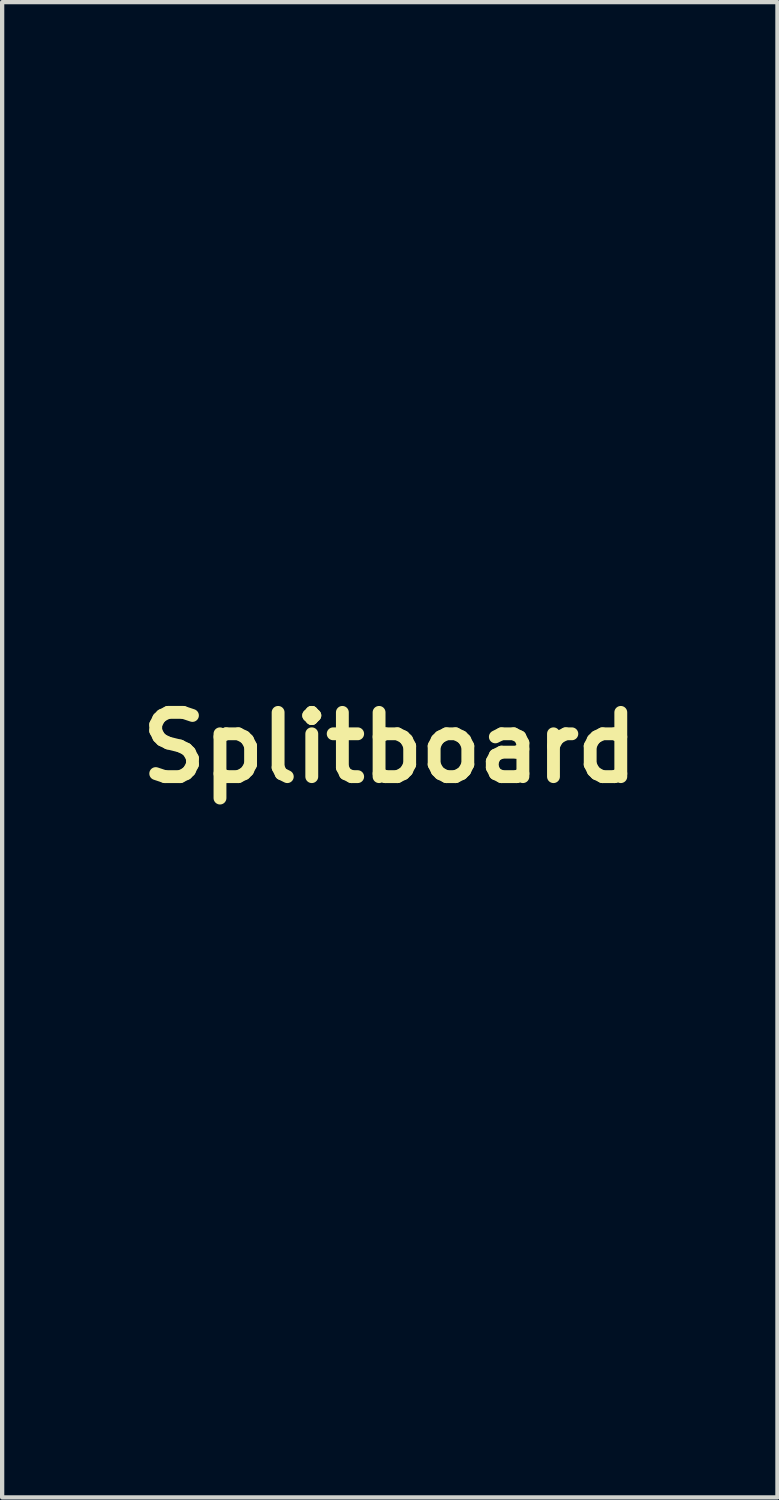
<source format=kicad_pcb>
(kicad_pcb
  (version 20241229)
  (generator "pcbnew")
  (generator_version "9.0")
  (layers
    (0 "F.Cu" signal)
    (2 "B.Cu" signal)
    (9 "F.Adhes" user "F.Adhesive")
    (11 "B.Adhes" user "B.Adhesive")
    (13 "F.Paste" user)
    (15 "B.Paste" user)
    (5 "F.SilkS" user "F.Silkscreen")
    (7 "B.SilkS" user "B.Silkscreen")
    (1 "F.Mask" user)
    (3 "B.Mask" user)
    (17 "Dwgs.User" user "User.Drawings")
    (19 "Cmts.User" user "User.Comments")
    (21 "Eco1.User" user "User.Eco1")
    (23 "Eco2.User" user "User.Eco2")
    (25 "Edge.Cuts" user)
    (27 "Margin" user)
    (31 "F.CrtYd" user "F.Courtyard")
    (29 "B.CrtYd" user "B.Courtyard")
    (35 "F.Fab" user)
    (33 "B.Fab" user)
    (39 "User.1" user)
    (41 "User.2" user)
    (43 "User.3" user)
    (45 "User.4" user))
  (footprint "Splitboard"
    (layer "F.Cu")
    (at 6.05 14.403)
    (property "Reference" "Splitboard" (at 0 0 0) (layer "F.SilkS") (effects (font (size 1.5 1.5) (thickness 0.3))))
    (attr board_only exclude_from_pos_files exclude_from_bom)
    (fp_poly (pts (xy -1.695 -7.124) (xy -1.693 -7.112) (xy -1.73 -7.065) (xy -1.742 -7.064) (xy -1.789 -7.1) (xy -1.79 -7.112) (xy -1.753 -7.159) (xy -1.742 -7.16)) (stroke (width 0) (type solid)) (fill yes) (layer "F.Mask"))
    (fp_poly (pts (xy -1.618 3.126) (xy -1.574 3.198) (xy -1.608 3.282) (xy -1.61 3.284) (xy -1.71 3.34) (xy -1.796 3.32) (xy -1.838 3.233) (xy -1.838 3.217) (xy -1.818 3.125) (xy -1.74 3.097) (xy -1.723 3.096)) (stroke (width 0) (type solid)) (fill yes) (layer "F.Mask"))
    (fp_poly (pts (xy 1.729 3.105) (xy 1.837 3.145) (xy 1.877 3.202) (xy 1.852 3.285) (xy 1.769 3.345) (xy 1.669 3.355) (xy 1.657 3.352) (xy 1.611 3.292) (xy 1.597 3.21) (xy 1.611 3.124) (xy 1.675 3.101)) (stroke (width 0) (type solid)) (fill yes) (layer "F.Mask"))
    (fp_poly (pts (xy -1.503 -9.506) (xy -1.385 -9.458) (xy -1.272 -9.391) (xy -1.215 -9.319) (xy -1.222 -9.261) (xy -1.294 -9.239) (xy -1.353 -9.234) (xy -1.327 -9.208) (xy -1.294 -9.189) (xy -1.226 -9.119) (xy -1.214 -9.044) (xy -1.262 -9.001) (xy -1.282 -8.999) (xy -1.346 -8.962) (xy -1.355 -8.93) (xy -1.387 -8.841) (xy -1.427 -8.788) (xy -1.459 -8.743) (xy -1.438 -8.705) (xy -1.348 -8.66) (xy -1.248 -8.621) (xy -1.071 -8.545) (xy -0.989 -8.482) (xy -1.001 -8.431) (xy -1.074 -8.401) (xy -1.204 -8.383) (xy -1.404 -8.377) (xy -1.646 -8.381) (xy -1.905 -8.395) (xy -2.153 -8.419) (xy -2.177 -8.422) (xy -2.435 -8.456) (xy -2.61 -8.484) (xy -2.716 -8.51) (xy -2.769 -8.537) (xy -2.78 -8.57) (xy -2.775 -8.589) (xy -2.71 -8.646) (xy -2.609 -8.656) (xy -2.521 -8.62) (xy -2.498 -8.588) (xy -2.468 -8.555) (xy -2.397 -8.534) (xy -2.269 -8.522) (xy -2.069 -8.517) (xy -1.925 -8.517) (xy -1.691 -8.519) (xy -1.543 -8.523) (xy -1.466 -8.532) (xy -1.45 -8.549) (xy -1.482 -8.575) (xy -1.512 -8.591) (xy -1.6 -8.666) (xy -1.642 -8.754) (xy -1.633 -8.826) (xy -1.572 -8.854) (xy -1.507 -8.875) (xy -1.521 -8.933) (xy -1.612 -9.013) (xy -1.626 -9.022) (xy -1.709 -9.094) (xy -1.706 -9.15) (xy -1.7 -9.157) (xy -1.675 -9.23) (xy -1.697 -9.27) (xy -1.718 -9.355) (xy -1.684 -9.43) (xy -1.636 -9.5) (xy -1.585 -9.524)) (stroke (width 0) (type solid)) (fill yes) (layer "F.Mask"))
    (fp_poly (pts (xy 1.73 2.235) (xy 1.869 2.248) (xy 1.94 2.279) (xy 1.972 2.346) (xy 1.984 2.415) (xy 2.019 2.546) (xy 2.066 2.601) (xy 2.108 2.577) (xy 2.129 2.469) (xy 2.129 2.452) (xy 2.153 2.306) (xy 2.22 2.24) (xy 2.32 2.257) (xy 2.445 2.353) (xy 2.539 2.466) (xy 2.586 2.535) (xy 2.619 2.603) (xy 2.641 2.688) (xy 2.653 2.809) (xy 2.659 2.984) (xy 2.661 3.231) (xy 2.661 3.348) (xy 2.661 4.064) (xy 2.517 4.064) (xy 2.361 4.022) (xy 2.209 3.919) (xy 2.11 3.841) (xy 2.016 3.797) (xy 1.892 3.778) (xy 1.708 3.774) (xy 1.526 3.777) (xy 1.408 3.794) (xy 1.325 3.835) (xy 1.244 3.908) (xy 1.234 3.919) (xy 1.104 4.016) (xy 0.964 4.065) (xy 0.845 4.057) (xy 0.806 4.032) (xy 0.795 3.974) (xy 0.785 3.838) (xy 0.778 3.643) (xy 0.774 3.407) (xy 0.774 3.35) (xy 0.919 3.35) (xy 0.922 3.524) (xy 0.935 3.623) (xy 0.964 3.667) (xy 1.013 3.677) (xy 1.106 3.699) (xy 1.137 3.726) (xy 1.197 3.741) (xy 1.272 3.702) (xy 1.408 3.652) (xy 1.635 3.63) (xy 1.718 3.629) (xy 1.95 3.639) (xy 2.107 3.674) (xy 2.175 3.71) (xy 2.268 3.759) (xy 2.31 3.736) (xy 2.311 3.734) (xy 2.369 3.69) (xy 2.447 3.677) (xy 2.511 3.671) (xy 2.546 3.638) (xy 2.561 3.555) (xy 2.564 3.402) (xy 2.564 3.368) (xy 2.561 3.199) (xy 2.547 3.103) (xy 2.513 3.054) (xy 2.449 3.03) (xy 2.443 3.028) (xy 2.354 2.98) (xy 2.324 2.915) (xy 2.36 2.865) (xy 2.416 2.854) (xy 2.515 2.83) (xy 2.538 2.755) (xy 2.486 2.625) (xy 2.439 2.549) (xy 2.305 2.346) (xy 2.261 2.516) (xy 2.21 2.67) (xy 2.15 2.74) (xy 2.063 2.74) (xy 2.009 2.719) (xy 1.922 2.692) (xy 1.887 2.707) (xy 1.848 2.765) (xy 1.76 2.788) (xy 1.664 2.772) (xy 1.617 2.736) (xy 1.555 2.682) (xy 1.477 2.705) (xy 1.462 2.714) (xy 1.337 2.751) (xy 1.239 2.698) (xy 1.178 2.564) (xy 1.177 2.557) (xy 1.146 2.403) (xy 1.033 2.535) (xy 0.946 2.645) (xy 0.928 2.712) (xy 0.977 2.76) (xy 1.023 2.783) (xy 1.103 2.838) (xy 1.126 2.879) (xy 1.087 2.934) (xy 1.023 2.975) (xy 0.967 3.012) (xy 0.935 3.076) (xy 0.922 3.19) (xy 0.919 3.35) (xy 0.774 3.35) (xy 0.774 3.34) (xy 0.775 3.073) (xy 0.78 2.883) (xy 0.791 2.75) (xy 0.813 2.653) (xy 0.847 2.573) (xy 0.898 2.489) (xy 0.905 2.478) (xy 0.994 2.356) (xy 1.073 2.271) (xy 1.102 2.251) (xy 1.216 2.251) (xy 1.309 2.325) (xy 1.354 2.448) (xy 1.355 2.469) (xy 1.368 2.57) (xy 1.4 2.613) (xy 1.4 2.613) (xy 1.447 2.572) (xy 1.486 2.483) (xy 1.491 2.437) (xy 1.597 2.437) (xy 1.612 2.518) (xy 1.678 2.534) (xy 1.718 2.528) (xy 1.817 2.476) (xy 1.838 2.413) (xy 1.807 2.341) (xy 1.718 2.322) (xy 1.625 2.343) (xy 1.597 2.421) (xy 1.597 2.437) (xy 1.491 2.437) (xy 1.496 2.392) (xy 1.496 2.388) (xy 1.493 2.291) (xy 1.54 2.243) (xy 1.657 2.232)) (stroke (width 0) (type solid)) (fill yes) (layer "F.Mask"))
    (fp_poly (pts (xy -1.6 2.195) (xy -1.494 2.265) (xy -1.445 2.405) (xy -1.442 2.431) (xy -1.413 2.546) (xy -1.367 2.602) (xy -1.325 2.593) (xy -1.306 2.51) (xy -1.307 2.485) (xy -1.312 2.335) (xy -1.293 2.257) (xy -1.24 2.228) (xy -1.19 2.226) (xy -1.08 2.263) (xy -0.958 2.383) (xy -0.923 2.429) (xy -0.774 2.632) (xy -0.774 3.32) (xy -0.775 3.592) (xy -0.779 3.783) (xy -0.788 3.907) (xy -0.804 3.981) (xy -0.83 4.02) (xy -0.866 4.038) (xy -0.868 4.039) (xy -0.981 4.036) (xy -1.118 3.987) (xy -1.237 3.911) (xy -1.29 3.844) (xy -1.33 3.807) (xy -1.425 3.785) (xy -1.593 3.775) (xy -1.709 3.774) (xy -1.908 3.776) (xy -2.036 3.789) (xy -2.117 3.816) (xy -2.177 3.865) (xy -2.2 3.891) (xy -2.305 3.977) (xy -2.435 4.033) (xy -2.556 4.05) (xy -2.635 4.018) (xy -2.639 4.012) (xy -2.652 3.944) (xy -2.661 3.799) (xy -2.666 3.597) (xy -2.666 3.358) (xy -2.665 3.298) (xy -2.665 3.291) (xy -2.516 3.291) (xy -2.513 3.468) (xy -2.499 3.575) (xy -2.466 3.636) (xy -2.404 3.679) (xy -2.383 3.69) (xy -2.277 3.731) (xy -2.204 3.716) (xy -2.173 3.693) (xy -2.071 3.654) (xy -1.883 3.633) (xy -1.718 3.629) (xy -1.485 3.637) (xy -1.334 3.662) (xy -1.259 3.7) (xy -1.185 3.745) (xy -1.091 3.736) (xy -1.025 3.714) (xy -0.937 3.674) (xy -0.891 3.623) (xy -0.874 3.529) (xy -0.872 3.388) (xy -0.879 3.2) (xy -0.906 3.085) (xy -0.962 3.018) (xy -1.028 2.986) (xy -1.101 2.921) (xy -1.101 2.838) (xy -1.029 2.776) (xy -1.016 2.772) (xy -0.939 2.736) (xy -0.929 2.673) (xy -0.987 2.567) (xy -1.025 2.514) (xy -1.119 2.404) (xy -1.177 2.382) (xy -1.205 2.449) (xy -1.21 2.545) (xy -1.215 2.659) (xy -1.249 2.704) (xy -1.341 2.704) (xy -1.391 2.698) (xy -1.546 2.701) (xy -1.626 2.749) (xy -1.705 2.798) (xy -1.785 2.772) (xy -1.834 2.685) (xy -1.838 2.643) (xy -1.809 2.538) (xy -1.738 2.493) (xy -1.653 2.527) (xy -1.651 2.529) (xy -1.611 2.545) (xy -1.597 2.477) (xy -1.597 2.453) (xy -1.61 2.36) (xy -1.672 2.326) (xy -1.742 2.322) (xy -1.84 2.333) (xy -1.877 2.358) (xy -1.877 2.359) (xy -1.879 2.427) (xy -1.898 2.544) (xy -1.9 2.555) (xy -1.933 2.664) (xy -1.991 2.703) (xy -2.092 2.7) (xy -2.203 2.677) (xy -2.251 2.614) (xy -2.265 2.528) (xy -2.284 2.421) (xy -2.311 2.371) (xy -2.313 2.371) (xy -2.351 2.406) (xy -2.41 2.488) (xy -2.468 2.583) (xy -2.504 2.658) (xy -2.505 2.68) (xy -2.373 2.754) (xy -2.308 2.834) (xy -2.315 2.902) (xy -2.402 2.942) (xy -2.407 2.943) (xy -2.464 2.958) (xy -2.497 3) (xy -2.512 3.091) (xy -2.516 3.251) (xy -2.516 3.291) (xy -2.665 3.291) (xy -2.66 3.032) (xy -2.652 2.842) (xy -2.638 2.709) (xy -2.614 2.613) (xy -2.577 2.532) (xy -2.525 2.448) (xy -2.523 2.446) (xy -2.412 2.31) (xy -2.308 2.253) (xy -2.272 2.25) (xy -2.192 2.263) (xy -2.154 2.322) (xy -2.138 2.434) (xy -2.111 2.561) (xy -2.069 2.598) (xy -2.024 2.551) (xy -1.988 2.421) (xy -1.984 2.391) (xy -1.961 2.268) (xy -1.914 2.211) (xy -1.812 2.189) (xy -1.775 2.186)) (stroke (width 0) (type solid)) (fill yes) (layer "F.Mask"))
    (fp_poly (pts (xy -1.368 -7.979) (xy -1.261 -7.964) (xy -1.215 -7.934) (xy -1.21 -7.91) (xy -1.248 -7.846) (xy -1.283 -7.838) (xy -1.329 -7.822) (xy -1.307 -7.76) (xy -1.3 -7.749) (xy -1.208 -7.681) (xy -1.13 -7.682) (xy -1.039 -7.681) (xy -1.02 -7.643) (xy -1.07 -7.594) (xy -1.146 -7.565) (xy -1.234 -7.54) (xy -1.234 -7.519) (xy -1.17 -7.493) (xy -1.081 -7.434) (xy -1.077 -7.368) (xy -1.161 -7.32) (xy -1.23 -7.275) (xy -1.229 -7.184) (xy -1.236 -7.073) (xy -1.29 -7.02) (xy -1.313 -6.994) (xy -1.265 -6.984) (xy -1.136 -6.988) (xy -1.003 -6.998) (xy -0.815 -7.011) (xy -0.705 -7.012) (xy -0.657 -6.997) (xy -0.652 -6.964) (xy -0.657 -6.949) (xy -0.676 -6.923) (xy -0.719 -6.904) (xy -0.798 -6.889) (xy -0.924 -6.88) (xy -1.11 -6.874) (xy -1.368 -6.871) (xy -1.708 -6.87) (xy -1.751 -6.87) (xy -2.127 -6.869) (xy -2.411 -6.864) (xy -2.612 -6.854) (xy -2.733 -6.836) (xy -2.783 -6.807) (xy -2.765 -6.766) (xy -2.688 -6.711) (xy -2.556 -6.639) (xy -2.487 -6.604) (xy -2.26 -6.493) (xy -2.066 -6.409) (xy -1.858 -6.332) (xy -1.654 -6.265) (xy -1.498 -6.206) (xy -1.424 -6.152) (xy -1.414 -6.103) (xy -1.447 -6.054) (xy -1.534 -6.032) (xy -1.664 -6.032) (xy -1.8 -6.035) (xy -1.853 -6.026) (xy -1.836 -5.998) (xy -1.789 -5.964) (xy -1.693 -5.91) (xy -1.537 -5.834) (xy -1.352 -5.753) (xy -1.312 -5.736) (xy -1.095 -5.638) (xy -0.973 -5.561) (xy -0.945 -5.503) (xy -1.01 -5.463) (xy -1.17 -5.44) (xy -1.306 -5.434) (xy -1.538 -5.439) (xy -1.78 -5.461) (xy -1.959 -5.492) (xy -2.209 -5.552) (xy -2.378 -5.598) (xy -2.482 -5.637) (xy -2.537 -5.673) (xy -2.553 -5.699) (xy -2.555 -5.736) (xy -2.518 -5.752) (xy -2.43 -5.745) (xy -2.277 -5.713) (xy -2.056 -5.661) (xy -1.836 -5.614) (xy -1.617 -5.581) (xy -1.442 -5.568) (xy -1.427 -5.568) (xy -1.185 -5.571) (xy -1.379 -5.639) (xy -1.585 -5.724) (xy -1.773 -5.824) (xy -1.925 -5.926) (xy -2.026 -6.018) (xy -2.057 -6.09) (xy -2.052 -6.103) (xy -1.989 -6.134) (xy -1.896 -6.146) (xy -1.818 -6.15) (xy -1.813 -6.167) (xy -1.888 -6.208) (xy -1.935 -6.231) (xy -2.102 -6.305) (xy -2.278 -6.374) (xy -2.291 -6.379) (xy -2.433 -6.441) (xy -2.597 -6.532) (xy -2.755 -6.632) (xy -2.878 -6.724) (xy -2.932 -6.781) (xy -2.926 -6.85) (xy -2.883 -6.911) (xy -2.836 -6.944) (xy -2.761 -6.965) (xy -2.643 -6.978) (xy -2.464 -6.982) (xy -2.207 -6.98) (xy -2.164 -6.979) (xy -1.916 -6.978) (xy -1.73 -6.983) (xy -1.617 -6.993) (xy -1.588 -7.008) (xy -1.591 -7.011) (xy -1.637 -7.068) (xy -1.605 -7.114) (xy -1.512 -7.131) (xy -1.465 -7.127) (xy -1.377 -7.117) (xy -1.376 -7.133) (xy -1.423 -7.164) (xy -1.506 -7.193) (xy -1.663 -7.227) (xy -1.869 -7.262) (xy -2.074 -7.291) (xy -2.367 -7.331) (xy -2.57 -7.372) (xy -2.692 -7.415) (xy -2.739 -7.464) (xy -2.73 -7.505) (xy -2.652 -7.541) (xy -2.485 -7.54) (xy -2.231 -7.501) (xy -1.989 -7.449) (xy -1.704 -7.391) (xy -1.502 -7.37) (xy -1.373 -7.386) (xy -1.328 -7.412) (xy -1.352 -7.438) (xy -1.446 -7.469) (xy -1.586 -7.501) (xy -1.746 -7.529) (xy -1.9 -7.546) (xy -1.974 -7.55) (xy -2.134 -7.56) (xy -2.308 -7.583) (xy -2.465 -7.615) (xy -2.574 -7.648) (xy -2.599 -7.663) (xy -2.599 -7.718) (xy -2.577 -7.747) (xy -2.515 -7.77) (xy -2.39 -7.765) (xy -2.189 -7.732) (xy -2.14 -7.722) (xy -1.914 -7.677) (xy -1.771 -7.655) (xy -1.699 -7.658) (xy -1.687 -7.689) (xy -1.723 -7.752) (xy -1.769 -7.814) (xy -1.898 -7.983) (xy -1.554 -7.983)) (stroke (width 0) (type solid)) (fill yes) (layer "F.Mask"))
    (fp_poly (pts (xy 2.125 5.681) (xy 2.332 5.714) (xy 2.483 5.767) (xy 2.529 5.8) (xy 2.552 5.871) (xy 2.567 6.017) (xy 2.574 6.214) (xy 2.574 6.44) (xy 2.567 6.673) (xy 2.554 6.89) (xy 2.536 7.07) (xy 2.512 7.189) (xy 2.5 7.215) (xy 2.462 7.258) (xy 2.398 7.284) (xy 2.289 7.297) (xy 2.114 7.301) (xy 1.984 7.3) (xy 1.773 7.295) (xy 1.59 7.287) (xy 1.464 7.276) (xy 1.43 7.27) (xy 1.246 7.191) (xy 1.067 7.062) (xy 0.93 6.911) (xy 0.887 6.834) (xy 0.843 6.717) (xy 0.843 6.705) (xy 0.975 6.705) (xy 0.992 6.777) (xy 1.053 6.871) (xy 1.144 6.968) (xy 1.248 7.047) (xy 1.301 7.073) (xy 1.434 7.11) (xy 1.632 7.147) (xy 1.864 7.177) (xy 2.1 7.198) (xy 2.188 7.202) (xy 2.311 7.197) (xy 2.373 7.157) (xy 2.403 7.076) (xy 2.418 6.973) (xy 2.43 6.8) (xy 2.438 6.584) (xy 2.441 6.41) (xy 2.443 5.878) (xy 2.042 5.837) (xy 1.829 5.822) (xy 1.629 5.82) (xy 1.481 5.83) (xy 1.462 5.834) (xy 1.388 5.852) (xy 1.375 5.867) (xy 1.434 5.881) (xy 1.573 5.898) (xy 1.716 5.911) (xy 1.969 5.942) (xy 2.137 5.983) (xy 2.232 6.041) (xy 2.266 6.123) (xy 2.255 6.213) (xy 2.237 6.27) (xy 2.206 6.307) (xy 2.142 6.327) (xy 2.026 6.336) (xy 1.839 6.338) (xy 1.75 6.338) (xy 1.49 6.332) (xy 1.311 6.311) (xy 1.195 6.27) (xy 1.128 6.205) (xy 1.102 6.145) (xy 1.1 6.142) (xy 1.231 6.142) (xy 1.243 6.162) (xy 1.313 6.191) (xy 1.353 6.139) (xy 1.353 6.139) (xy 1.645 6.139) (xy 1.656 6.2) (xy 1.706 6.23) (xy 1.818 6.241) (xy 1.887 6.241) (xy 2.039 6.233) (xy 2.113 6.206) (xy 2.129 6.169) (xy 2.086 6.11) (xy 1.996 6.095) (xy 1.851 6.084) (xy 1.754 6.066) (xy 1.671 6.06) (xy 1.645 6.12) (xy 1.645 6.139) (xy 1.353 6.139) (xy 1.355 6.12) (xy 1.33 6.056) (xy 1.309 6.048) (xy 1.246 6.08) (xy 1.231 6.142) (xy 1.1 6.142) (xy 1.076 6.11) (xy 1.034 6.159) (xy 1.022 6.181) (xy 0.989 6.261) (xy 1.02 6.287) (xy 1.061 6.29) (xy 1.161 6.331) (xy 1.223 6.426) (xy 1.223 6.519) (xy 1.237 6.549) (xy 1.314 6.568) (xy 1.465 6.578) (xy 1.655 6.58) (xy 1.902 6.585) (xy 2.067 6.605) (xy 2.166 6.645) (xy 2.214 6.711) (xy 2.226 6.801) (xy 2.208 6.905) (xy 2.145 6.971) (xy 2.025 7.003) (xy 1.832 7.007) (xy 1.663 6.997) (xy 1.402 6.971) (xy 1.224 6.935) (xy 1.117 6.885) (xy 1.07 6.816) (xy 1.064 6.772) (xy 1.058 6.749) (xy 1.21 6.749) (xy 1.248 6.813) (xy 1.282 6.822) (xy 1.302 6.81) (xy 1.609 6.81) (xy 1.627 6.846) (xy 1.721 6.866) (xy 1.863 6.87) (xy 2.027 6.863) (xy 2.107 6.841) (xy 2.117 6.81) (xy 2.056 6.77) (xy 1.918 6.75) (xy 1.863 6.749) (xy 1.705 6.761) (xy 1.618 6.795) (xy 1.609 6.81) (xy 1.302 6.81) (xy 1.346 6.783) (xy 1.355 6.749) (xy 1.316 6.685) (xy 1.282 6.677) (xy 1.218 6.715) (xy 1.21 6.749) (xy 1.058 6.749) (xy 1.044 6.694) (xy 1.016 6.677) (xy 0.975 6.705) (xy 0.843 6.705) (xy 0.843 6.651) (xy 0.889 6.603) (xy 0.9 6.595) (xy 0.999 6.543) (xy 1.053 6.531) (xy 1.105 6.509) (xy 1.092 6.46) (xy 1.031 6.412) (xy 0.976 6.395) (xy 0.891 6.348) (xy 0.87 6.254) (xy 0.903 6.13) (xy 0.983 5.996) (xy 1.101 5.869) (xy 1.249 5.767) (xy 1.265 5.759) (xy 1.432 5.707) (xy 1.649 5.676) (xy 1.888 5.668)) (stroke (width 0) (type solid)) (fill yes) (layer "F.Mask"))
    (fp_poly (pts (xy 2.284 -4.907) (xy 2.362 -4.891) (xy 2.433 -4.817) (xy 2.493 -4.673) (xy 2.545 -4.45) (xy 2.591 -4.142) (xy 2.611 -3.967) (xy 2.632 -3.718) (xy 2.627 -3.546) (xy 2.58 -3.435) (xy 2.479 -3.367) (xy 2.308 -3.324) (xy 2.082 -3.292) (xy 1.84 -3.264) (xy 1.668 -3.25) (xy 1.542 -3.251) (xy 1.435 -3.266) (xy 1.329 -3.293) (xy 1.182 -3.367) (xy 1.043 -3.486) (xy 0.942 -3.62) (xy 0.911 -3.701) (xy 0.938 -3.799) (xy 1.004 -3.845) (xy 1.094 -3.911) (xy 1.103 -3.975) (xy 1.031 -4.013) (xy 0.992 -4.016) (xy 0.901 -4.049) (xy 0.866 -4.137) (xy 0.879 -4.248) (xy 0.991 -4.248) (xy 1.013 -4.184) (xy 1.112 -4.128) (xy 1.229 -4.053) (xy 1.258 -3.976) (xy 1.285 -3.902) (xy 1.343 -3.896) (xy 1.669 -3.955) (xy 1.913 -3.988) (xy 2.085 -3.997) (xy 2.195 -3.982) (xy 2.247 -3.953) (xy 2.316 -3.83) (xy 2.297 -3.705) (xy 2.259 -3.656) (xy 2.185 -3.622) (xy 2.041 -3.586) (xy 1.852 -3.553) (xy 1.764 -3.542) (xy 1.545 -3.519) (xy 1.398 -3.513) (xy 1.3 -3.525) (xy 1.229 -3.556) (xy 1.222 -3.561) (xy 1.14 -3.639) (xy 1.125 -3.674) (xy 1.258 -3.674) (xy 1.295 -3.63) (xy 1.306 -3.629) (xy 1.349 -3.668) (xy 1.355 -3.704) (xy 1.336 -3.743) (xy 1.645 -3.743) (xy 1.687 -3.698) (xy 1.794 -3.678) (xy 1.937 -3.685) (xy 2.088 -3.72) (xy 2.114 -3.729) (xy 2.2 -3.77) (xy 2.202 -3.804) (xy 2.177 -3.821) (xy 2.082 -3.844) (xy 1.948 -3.844) (xy 1.809 -3.824) (xy 1.697 -3.791) (xy 1.646 -3.748) (xy 1.645 -3.743) (xy 1.336 -3.743) (xy 1.331 -3.754) (xy 1.306 -3.75) (xy 1.26 -3.688) (xy 1.258 -3.674) (xy 1.125 -3.674) (xy 1.113 -3.705) (xy 1.087 -3.753) (xy 1.056 -3.744) (xy 1.05 -3.693) (xy 1.13 -3.596) (xy 1.189 -3.542) (xy 1.379 -3.376) (xy 1.838 -3.405) (xy 2.053 -3.421) (xy 2.241 -3.439) (xy 2.375 -3.458) (xy 2.412 -3.465) (xy 2.469 -3.486) (xy 2.501 -3.524) (xy 2.511 -3.6) (xy 2.505 -3.737) (xy 2.495 -3.865) (xy 2.468 -4.11) (xy 2.432 -4.345) (xy 2.391 -4.547) (xy 2.35 -4.694) (xy 2.32 -4.757) (xy 2.258 -4.77) (xy 2.127 -4.77) (xy 1.95 -4.757) (xy 1.755 -4.735) (xy 1.566 -4.708) (xy 1.409 -4.677) (xy 1.309 -4.646) (xy 1.304 -4.643) (xy 1.232 -4.596) (xy 1.217 -4.573) (xy 1.27 -4.57) (xy 1.395 -4.577) (xy 1.572 -4.592) (xy 1.667 -4.601) (xy 1.919 -4.619) (xy 2.088 -4.611) (xy 2.185 -4.571) (xy 2.22 -4.495) (xy 2.207 -4.386) (xy 2.177 -4.321) (xy 2.113 -4.273) (xy 2.002 -4.24) (xy 1.828 -4.218) (xy 1.578 -4.202) (xy 1.454 -4.197) (xy 1.283 -4.193) (xy 1.182 -4.205) (xy 1.123 -4.239) (xy 1.081 -4.303) (xy 1.08 -4.306) (xy 1.036 -4.374) (xy 1.017 -4.372) (xy 1.017 -4.37) (xy 0.999 -4.274) (xy 0.991 -4.248) (xy 0.879 -4.248) (xy 0.88 -4.262) (xy 0.924 -4.378) (xy 1.21 -4.378) (xy 1.248 -4.314) (xy 1.282 -4.306) (xy 1.346 -4.345) (xy 1.355 -4.378) (xy 1.333 -4.414) (xy 1.645 -4.414) (xy 1.661 -4.362) (xy 1.723 -4.342) (xy 1.856 -4.346) (xy 1.863 -4.347) (xy 2.017 -4.373) (xy 2.079 -4.421) (xy 2.08 -4.432) (xy 2.045 -4.478) (xy 1.933 -4.498) (xy 1.863 -4.499) (xy 1.724 -4.492) (xy 1.659 -4.464) (xy 1.645 -4.414) (xy 1.333 -4.414) (xy 1.316 -4.443) (xy 1.282 -4.451) (xy 1.218 -4.412) (xy 1.21 -4.378) (xy 0.924 -4.378) (xy 0.934 -4.404) (xy 1.021 -4.547) (xy 1.134 -4.672) (xy 1.264 -4.761) (xy 1.315 -4.781) (xy 1.496 -4.826) (xy 1.709 -4.864) (xy 1.929 -4.892) (xy 2.129 -4.907)) (stroke (width 0) (type solid)) (fill yes) (layer "F.Mask"))
    (fp_poly (pts (xy -1.996 5.668) (xy -1.82 5.68) (xy -1.508 5.711) (xy -1.273 5.752) (xy -1.098 5.811) (xy -0.963 5.894) (xy -0.866 5.988) (xy -0.763 6.141) (xy -0.739 6.267) (xy -0.795 6.355) (xy -0.867 6.386) (xy -0.977 6.433) (xy -0.993 6.494) (xy -0.915 6.555) (xy -0.873 6.572) (xy -0.771 6.622) (xy -0.726 6.674) (xy -0.726 6.676) (xy -0.763 6.805) (xy -0.862 6.958) (xy -1.002 7.104) (xy -1.073 7.161) (xy -1.17 7.227) (xy -1.256 7.269) (xy -1.359 7.293) (xy -1.502 7.303) (xy -1.713 7.305) (xy -1.762 7.306) (xy -2.018 7.301) (xy -2.195 7.285) (xy -2.31 7.257) (xy -2.36 7.23) (xy -2.403 7.194) (xy -2.433 7.147) (xy -2.452 7.072) (xy -2.462 6.951) (xy -2.467 6.767) (xy -2.467 6.504) (xy -2.467 6.359) (xy -2.314 6.359) (xy -2.312 6.538) (xy -2.298 7.136) (xy -2.08 7.168) (xy -1.876 7.186) (xy -1.655 7.186) (xy -1.449 7.171) (xy -1.289 7.143) (xy -1.226 7.118) (xy -1.205 7.094) (xy -1.251 7.077) (xy -1.374 7.068) (xy -1.583 7.065) (xy -1.583 7.065) (xy -1.795 7.063) (xy -1.932 7.054) (xy -2.015 7.034) (xy -2.068 6.997) (xy -2.11 6.941) (xy -2.161 6.849) (xy -2.156 6.811) (xy -2.023 6.811) (xy -2.02 6.862) (xy -2 6.886) (xy -1.936 6.905) (xy -1.811 6.917) (xy -1.734 6.918) (xy -1.584 6.91) (xy -1.513 6.882) (xy -1.508 6.867) (xy -1.223 6.867) (xy -1.222 6.95) (xy -1.179 6.962) (xy -1.134 6.914) (xy -1.133 6.838) (xy -1.149 6.814) (xy -1.196 6.809) (xy -1.223 6.867) (xy -1.508 6.867) (xy -1.5 6.846) (xy -1.524 6.802) (xy -1.608 6.78) (xy -1.766 6.773) (xy -1.939 6.782) (xy -2.023 6.811) (xy -2.156 6.811) (xy -2.153 6.786) (xy -2.103 6.724) (xy -2.047 6.677) (xy -1.968 6.648) (xy -1.842 6.633) (xy -1.648 6.628) (xy -1.587 6.628) (xy -1.376 6.631) (xy -1.238 6.641) (xy -1.147 6.665) (xy -1.079 6.709) (xy -1.038 6.747) (xy -0.96 6.821) (xy -0.92 6.849) (xy -0.919 6.848) (xy -0.904 6.793) (xy -0.891 6.757) (xy -0.902 6.694) (xy -0.976 6.668) (xy -1.068 6.624) (xy -1.104 6.519) (xy -1.119 6.386) (xy -1.57 6.386) (xy -1.819 6.38) (xy -1.985 6.357) (xy -2.081 6.312) (xy -2.122 6.238) (xy -2.121 6.162) (xy -1.985 6.162) (xy -1.969 6.199) (xy -1.861 6.234) (xy -1.79 6.246) (xy -1.65 6.265) (xy -1.552 6.279) (xy -1.533 6.282) (xy -1.529 6.278) (xy -1.228 6.278) (xy -1.183 6.281) (xy -1.116 6.242) (xy -1.107 6.218) (xy -1.134 6.162) (xy -1.191 6.169) (xy -1.228 6.218) (xy -1.228 6.278) (xy -1.529 6.278) (xy -1.507 6.25) (xy -1.509 6.205) (xy -1.542 6.151) (xy -1.628 6.126) (xy -1.754 6.12) (xy -1.913 6.132) (xy -1.985 6.162) (xy -2.121 6.162) (xy -2.12 6.135) (xy -2.108 6.085) (xy -2.077 6.052) (xy -2.01 6.032) (xy -1.887 6.02) (xy -1.692 6.012) (xy -1.604 6.01) (xy -1.339 6.007) (xy -1.158 6.02) (xy -1.044 6.052) (xy -0.985 6.108) (xy -0.968 6.191) (xy -0.968 6.199) (xy -0.946 6.274) (xy -0.919 6.29) (xy -0.873 6.262) (xy -0.887 6.193) (xy -0.947 6.102) (xy -1.037 6.007) (xy -1.142 5.928) (xy -1.234 5.888) (xy -1.324 5.873) (xy -1.483 5.855) (xy -1.682 5.838) (xy -1.77 5.831) (xy -1.991 5.819) (xy -2.135 5.821) (xy -2.221 5.838) (xy -2.267 5.87) (xy -2.295 5.95) (xy -2.31 6.111) (xy -2.314 6.359) (xy -2.467 6.359) (xy -2.466 6.239) (xy -2.461 6.053) (xy -2.45 5.928) (xy -2.43 5.846) (xy -2.398 5.789) (xy -2.364 5.751) (xy -2.308 5.702) (xy -2.243 5.674) (xy -2.147 5.664)) (stroke (width 0) (type solid)) (fill yes) (layer "F.Mask"))
    (fp_poly (pts (xy -1.342 -4.539) (xy -1.253 -4.529) (xy -1.078 -4.462) (xy -0.914 -4.344) (xy -0.792 -4.202) (xy -0.748 -4.102) (xy -0.738 -4.003) (xy -0.791 -3.955) (xy -0.842 -3.94) (xy -0.944 -3.889) (xy -0.959 -3.826) (xy -0.89 -3.776) (xy -0.835 -3.765) (xy -0.746 -3.744) (xy -0.713 -3.688) (xy -0.715 -3.58) (xy -0.776 -3.35) (xy -0.921 -3.168) (xy -1.147 -3.035) (xy -1.454 -2.953) (xy -1.476 -2.95) (xy -1.675 -2.919) (xy -1.862 -2.891) (xy -1.984 -2.872) (xy -2.125 -2.868) (xy -2.221 -2.921) (xy -2.237 -2.937) (xy -2.293 -3.047) (xy -2.346 -3.244) (xy -2.395 -3.518) (xy -2.437 -3.859) (xy -2.452 -4.017) (xy -2.462 -4.199) (xy -2.46 -4.229) (xy -2.361 -4.229) (xy -2.352 -4.164) (xy -2.335 -4.062) (xy -2.31 -3.893) (xy -2.283 -3.685) (xy -2.27 -3.58) (xy -2.234 -3.324) (xy -2.196 -3.153) (xy -2.151 -3.054) (xy -2.095 -3.015) (xy -2.037 -3.019) (xy -1.953 -3.033) (xy -1.803 -3.051) (xy -1.617 -3.07) (xy -1.589 -3.072) (xy -1.398 -3.096) (xy -1.236 -3.131) (xy -1.136 -3.169) (xy -1.129 -3.174) (xy -1.094 -3.208) (xy -1.109 -3.226) (xy -1.189 -3.229) (xy -1.348 -3.219) (xy -1.403 -3.215) (xy -1.585 -3.199) (xy -1.73 -3.184) (xy -1.81 -3.173) (xy -1.814 -3.172) (xy -1.919 -3.177) (xy -2.021 -3.232) (xy -2.078 -3.311) (xy -2.08 -3.329) (xy -2.073 -3.362) (xy -1.935 -3.362) (xy -1.894 -3.316) (xy -1.792 -3.293) (xy -1.663 -3.298) (xy -1.548 -3.33) (xy -1.476 -3.396) (xy -1.47 -3.408) (xy -1.21 -3.408) (xy -1.186 -3.346) (xy -1.111 -3.359) (xy -1.065 -3.385) (xy -1.02 -3.439) (xy -1.048 -3.487) (xy -1.128 -3.517) (xy -1.193 -3.472) (xy -1.21 -3.408) (xy -1.47 -3.408) (xy -1.461 -3.429) (xy -1.475 -3.472) (xy -1.555 -3.474) (xy -1.6 -3.466) (xy -1.739 -3.444) (xy -1.845 -3.435) (xy -1.92 -3.403) (xy -1.935 -3.362) (xy -2.073 -3.362) (xy -2.059 -3.432) (xy -1.986 -3.505) (xy -1.85 -3.553) (xy -1.638 -3.581) (xy -1.428 -3.591) (xy -1.209 -3.596) (xy -1.069 -3.595) (xy -0.987 -3.582) (xy -0.944 -3.554) (xy -0.922 -3.508) (xy -0.915 -3.483) (xy -0.888 -3.411) (xy -0.875 -3.411) (xy -0.859 -3.493) (xy -0.84 -3.568) (xy -0.834 -3.648) (xy -0.89 -3.675) (xy -0.937 -3.677) (xy -1.042 -3.704) (xy -1.094 -3.8) (xy -1.128 -3.885) (xy -1.195 -3.905) (xy -1.268 -3.893) (xy -1.512 -3.847) (xy -1.736 -3.819) (xy -1.917 -3.811) (xy -2.032 -3.824) (xy -2.044 -3.83) (xy -2.111 -3.912) (xy -2.119 -3.978) (xy -2.011 -3.978) (xy -2.006 -3.965) (xy -1.947 -3.945) (xy -1.829 -3.942) (xy -1.687 -3.953) (xy -1.558 -3.975) (xy -1.488 -4) (xy -1.455 -4.061) (xy -1.452 -4.088) (xy -1.21 -4.088) (xy -1.183 -4.024) (xy -1.161 -4.016) (xy -1.118 -4.055) (xy -1.113 -4.088) (xy -1.139 -4.153) (xy -1.161 -4.161) (xy -1.204 -4.122) (xy -1.21 -4.088) (xy -1.452 -4.088) (xy -1.451 -4.093) (xy -1.472 -4.138) (xy -1.548 -4.145) (xy -1.633 -4.132) (xy -1.845 -4.083) (xy -1.973 -4.031) (xy -2.011 -3.978) (xy -2.119 -3.978) (xy -2.125 -4.03) (xy -2.081 -4.137) (xy -2.063 -4.155) (xy -1.988 -4.185) (xy -1.845 -4.219) (xy -1.761 -4.234) (xy -0.988 -4.234) (xy -0.988 -4.186) (xy -0.982 -4.164) (xy -0.944 -4.088) (xy -0.897 -4.062) (xy -0.871 -4.099) (xy -0.871 -4.106) (xy -0.904 -4.17) (xy -0.94 -4.206) (xy -0.988 -4.234) (xy -1.761 -4.234) (xy -1.66 -4.253) (xy -1.463 -4.281) (xy -1.281 -4.3) (xy -1.188 -4.304) (xy -1.125 -4.317) (xy -1.149 -4.361) (xy -1.154 -4.366) (xy -1.24 -4.4) (xy -1.397 -4.416) (xy -1.602 -4.414) (xy -1.83 -4.395) (xy -2.057 -4.36) (xy -2.111 -4.349) (xy -2.262 -4.311) (xy -2.338 -4.277) (xy -2.361 -4.229) (xy -2.46 -4.229) (xy -2.453 -4.311) (xy -2.421 -4.378) (xy -2.399 -4.399) (xy -2.311 -4.436) (xy -2.153 -4.471) (xy -1.951 -4.502) (xy -1.731 -4.526) (xy -1.519 -4.539)) (stroke (width 0) (type solid)) (fill yes) (layer "F.Mask"))
    (fp_poly (pts (xy -0.535 -14.339) (xy -0.507 -14.316) (xy -0.491 -14.286) (xy -0.478 -14.226) (xy -0.467 -14.128) (xy -0.458 -13.985) (xy -0.451 -13.788) (xy -0.445 -13.531) (xy -0.441 -13.206) (xy -0.438 -12.806) (xy -0.436 -12.322) (xy -0.435 -11.878) (xy -0.434 -11.407) (xy -0.434 -10.965) (xy -0.433 -10.562) (xy -0.433 -10.208) (xy -0.433 -9.911) (xy -0.433 -9.681) (xy -0.433 -9.527) (xy -0.434 -9.46) (xy -0.434 -9.458) (xy -0.434 -9.406) (xy -0.435 -9.261) (xy -0.435 -9.029) (xy -0.435 -8.715) (xy -0.435 -8.322) (xy -0.435 -7.856) (xy -0.435 -7.321) (xy -0.436 -6.723) (xy -0.436 -6.065) (xy -0.436 -5.353) (xy -0.436 -4.59) (xy -0.436 -3.783) (xy -0.436 -2.935) (xy -0.436 -2.051) (xy -0.436 -1.137) (xy -0.435 -0.195) (xy -0.435 -0.052) (xy -0.435 1.13) (xy -0.434 2.241) (xy -0.433 3.279) (xy -0.431 4.242) (xy -0.429 5.128) (xy -0.426 5.936) (xy -0.423 6.664) (xy -0.42 7.308) (xy -0.416 7.869) (xy -0.412 8.343) (xy -0.407 8.73) (xy -0.402 9.026) (xy -0.397 9.23) (xy -0.391 9.341) (xy -0.387 9.361) (xy -0.372 9.439) (xy -0.393 9.47) (xy -0.407 9.522) (xy -0.418 9.653) (xy -0.426 9.864) (xy -0.433 10.159) (xy -0.437 10.541) (xy -0.439 11.012) (xy -0.439 11.575) (xy -0.438 11.92) (xy -0.437 12.547) (xy -0.438 13.08) (xy -0.442 13.52) (xy -0.447 13.87) (xy -0.455 14.133) (xy -0.466 14.31) (xy -0.479 14.404) (xy -0.483 14.416) (xy -0.54 14.479) (xy -0.635 14.505) (xy -0.781 14.494) (xy -0.996 14.446) (xy -1.113 14.414) (xy -1.394 14.309) (xy -0.818 14.309) (xy -0.768 14.317) (xy -0.768 14.317) (xy -0.677 14.285) (xy -0.623 14.236) (xy -0.581 14.179) (xy -0.604 14.187) (xy -0.629 14.205) (xy -0.732 14.268) (xy -0.774 14.286) (xy -0.818 14.309) (xy -1.394 14.309) (xy -1.611 14.227) (xy -2.047 13.966) (xy -2.42 13.632) (xy -2.73 13.224) (xy -2.976 12.744) (xy -3.065 12.506) (xy -3.169 12.102) (xy -3.237 11.609) (xy -3.27 11.026) (xy -3.269 10.751) (xy -3.13 10.751) (xy -3.127 10.976) (xy -3.119 11.176) (xy -3.056 11.812) (xy -2.934 12.373) (xy -2.751 12.862) (xy -2.507 13.282) (xy -2.201 13.635) (xy -2.067 13.753) (xy -1.934 13.849) (xy -1.757 13.957) (xy -1.562 14.066) (xy -1.37 14.163) (xy -1.207 14.235) (xy -1.095 14.271) (xy -1.078 14.272) (xy -1.034 14.226) (xy -1.016 14.089) (xy -1.016 14.058) (xy -1.004 13.946) (xy -0.871 13.946) (xy -0.828 13.99) (xy -0.726 14.006) (xy -0.622 13.993) (xy -0.584 13.938) (xy -0.581 13.888) (xy -0.59 13.809) (xy -0.626 13.815) (xy -0.639 13.827) (xy -0.736 13.878) (xy -0.784 13.885) (xy -0.857 13.913) (xy -0.871 13.946) (xy -1.004 13.946) (xy -0.999 13.9) (xy -0.957 13.787) (xy -0.945 13.773) (xy -0.898 13.713) (xy -0.927 13.681) (xy -0.945 13.674) (xy -0.998 13.609) (xy -1.016 13.499) (xy -0.997 13.389) (xy -0.943 13.322) (xy -0.942 13.322) (xy -0.851 13.329) (xy -0.781 13.371) (xy -0.728 13.416) (xy -0.686 13.441) (xy -0.653 13.437) (xy -0.628 13.396) (xy -0.609 13.311) (xy -0.596 13.172) (xy -0.588 12.972) (xy -0.583 12.702) (xy -0.581 12.353) (xy -0.581 11.919) (xy -0.581 11.797) (xy -0.581 10.143) (xy -0.702 10.257) (xy -0.788 10.323) (xy -0.85 10.331) (xy -0.892 10.271) (xy -0.918 10.136) (xy -0.93 9.942) (xy -0.726 9.942) (xy -0.702 9.966) (xy -0.677 9.942) (xy -0.702 9.918) (xy -0.726 9.942) (xy -0.93 9.942) (xy -0.932 9.918) (xy -0.936 9.742) (xy -0.939 9.507) (xy -0.726 9.507) (xy -0.714 9.619) (xy -0.684 9.675) (xy -0.677 9.676) (xy -0.632 9.638) (xy -0.628 9.616) (xy -0.616 9.522) (xy -0.598 9.446) (xy -0.594 9.361) (xy -0.647 9.338) (xy -0.704 9.368) (xy -0.725 9.47) (xy -0.726 9.507) (xy -0.939 9.507) (xy -0.943 9.217) (xy -0.762 9.202) (xy -0.581 9.187) (xy -0.584 4.363) (xy -0.585 3.522) (xy -0.586 2.774) (xy -0.588 2.115) (xy -0.591 1.543) (xy -0.594 1.054) (xy -0.598 0.643) (xy -0.603 0.309) (xy -0.609 0.047) (xy -0.615 -0.146) (xy -0.623 -0.275) (xy -0.631 -0.341) (xy -0.641 -0.349) (xy -0.641 -0.349) (xy -0.711 -0.259) (xy -0.831 -0.15) (xy -0.916 -0.087) (xy -1.023 -0.019) (xy -1.116 0.025) (xy -1.223 0.049) (xy -1.369 0.06) (xy -1.581 0.063) (xy -1.621 0.063) (xy -1.848 0.061) (xy -2.004 0.051) (xy -2.115 0.029) (xy -2.206 -0.011) (xy -2.293 -0.065) (xy -2.424 -0.143) (xy -2.536 -0.188) (xy -2.541 -0.189) (xy -2.2 -0.189) (xy -2.18 -0.164) (xy -2.136 -0.133) (xy -2.002 -0.082) (xy -1.81 -0.052) (xy -1.591 -0.044) (xy -1.376 -0.056) (xy -1.193 -0.089) (xy -1.076 -0.142) (xy -0.998 -0.218) (xy -0.968 -0.268) (xy -0.997 -0.271) (xy -1.039 -0.243) (xy -1.113 -0.215) (xy -1.258 -0.2) (xy -1.484 -0.196) (xy -1.687 -0.2) (xy -1.929 -0.207) (xy -2.087 -0.209) (xy -2.173 -0.203) (xy -2.2 -0.189) (xy -2.541 -0.189) (xy -2.568 -0.194) (xy -2.658 -0.217) (xy -2.685 -0.242) (xy -2.738 -0.288) (xy -2.748 -0.29) (xy -2.755 -0.243) (xy -2.76 -0.109) (xy -2.764 0.104) (xy -2.767 0.386) (xy -2.769 0.729) (xy -2.77 1.122) (xy -2.769 1.558) (xy -2.767 2.026) (xy -2.766 2.141) (xy -2.765 3.233) (xy -2.776 4.293) (xy -2.798 5.309) (xy -2.831 6.271) (xy -2.874 7.168) (xy -2.928 7.989) (xy -2.981 8.612) (xy -3.03 9.13) (xy -3.068 9.565) (xy -3.096 9.931) (xy -3.116 10.242) (xy -3.127 10.511) (xy -3.13 10.751) (xy -3.269 10.751) (xy -3.267 10.353) (xy -3.23 9.59) (xy -3.157 8.738) (xy -3.12 8.394) (xy -3.082 8.009) (xy -3.05 7.569) (xy -3.022 7.068) (xy -3 6.501) (xy -2.981 5.863) (xy -2.968 5.149) (xy -2.958 4.354) (xy -2.953 3.471) (xy -2.951 2.645) (xy -2.953 1.653) (xy -2.96 0.652) (xy -2.97 -0.342) (xy -2.973 -0.541) (xy -2.545 -0.541) (xy -2.545 -0.414) (xy -2.539 -0.356) (xy -2.53 -0.375) (xy -2.476 -0.466) (xy -2.416 -0.484) (xy -2.346 -0.509) (xy -2.33 -0.57) (xy -2.208 -0.57) (xy -2.18 -0.468) (xy -2.155 -0.411) (xy -2.121 -0.373) (xy -2.057 -0.352) (xy -1.946 -0.342) (xy -1.769 -0.339) (xy -1.621 -0.339) (xy -1.394 -0.34) (xy -1.244 -0.345) (xy -1.154 -0.359) (xy -1.105 -0.386) (xy -1.076 -0.43) (xy -1.063 -0.463) (xy -1.028 -0.569) (xy -1.016 -0.627) (xy -1.06 -0.683) (xy -1.178 -0.726) (xy -1.348 -0.755) (xy -1.547 -0.77) (xy -1.753 -0.77) (xy -1.944 -0.755) (xy -2.097 -0.724) (xy -2.192 -0.677) (xy -2.207 -0.655) (xy -2.208 -0.57) (xy -2.33 -0.57) (xy -2.323 -0.601) (xy -2.322 -0.624) (xy -2.295 -0.745) (xy -2.243 -0.794) (xy -2.183 -0.83) (xy -2.203 -0.854) (xy -2.288 -0.858) (xy -2.378 -0.846) (xy -2.47 -0.824) (xy -2.518 -0.786) (xy -2.539 -0.706) (xy -2.545 -0.557) (xy -2.545 -0.541) (xy -2.973 -0.541) (xy -2.984 -1.318) (xy -3.002 -2.262) (xy -3.023 -3.16) (xy -3.047 -3.999) (xy -3.073 -4.766) (xy -3.098 -5.346) (xy -3.116 -5.747) (xy -3.137 -6.2) (xy -3.159 -6.666) (xy -3.179 -7.105) (xy -3.194 -7.426) (xy -3.212 -7.788) (xy -3.233 -8.169) (xy -3.255 -8.542) (xy -3.276 -8.875) (xy -3.294 -9.12) (xy -3.334 -9.804) (xy -3.342 -10.408) (xy -3.34 -10.449) (xy -3.181 -10.449) (xy -3.178 -10.035) (xy -3.165 -9.561) (xy -3.14 -9.039) (xy -3.104 -8.48) (xy -3.096 -8.37) (xy -3.063 -7.896) (xy -3.033 -7.425) (xy -3.007 -6.945) (xy -2.983 -6.439) (xy -2.961 -5.893) (xy -2.941 -5.291) (xy -2.921 -4.62) (xy -2.905 -4.016) (xy -2.889 -3.38) (xy -2.874 -2.834) (xy -2.861 -2.371) (xy -2.849 -1.985) (xy -2.838 -1.67) (xy -2.826 -1.418) (xy -2.815 -1.222) (xy -2.802 -1.077) (xy -2.789 -0.976) (xy -2.775 -0.911) (xy -2.758 -0.877) (xy -2.739 -0.866) (xy -2.718 -0.872) (xy -2.717 -0.873) (xy -2.674 -0.89) (xy -2.079 -0.89) (xy -2.016 -0.879) (xy -1.972 -0.876) (xy -1.843 -0.885) (xy -1.793 -0.925) (xy -1.79 -0.943) (xy -1.791 -0.945) (xy -1.451 -0.945) (xy -1.419 -0.892) (xy -1.31 -0.87) (xy -1.27 -0.869) (xy -1.083 -0.839) (xy -0.962 -0.759) (xy -0.919 -0.636) (xy -0.891 -0.552) (xy -0.847 -0.532) (xy -0.782 -0.557) (xy -0.774 -0.578) (xy -0.818 -0.736) (xy -0.939 -0.849) (xy -1.083 -0.897) (xy -1.231 -0.929) (xy -1.348 -0.966) (xy -1.367 -0.975) (xy -1.435 -0.992) (xy -1.451 -0.945) (xy -1.791 -0.945) (xy -1.817 -1.01) (xy -1.885 -0.996) (xy -1.913 -0.972) (xy -1.997 -0.925) (xy -2.056 -0.905) (xy -2.079 -0.89) (xy -2.674 -0.89) (xy -2.63 -0.907) (xy -2.482 -0.953) (xy -2.322 -0.994) (xy -2.052 -1.06) (xy -1.851 -1.108) (xy -1.696 -1.135) (xy -1.564 -1.142) (xy -1.432 -1.128) (xy -1.276 -1.092) (xy -1.075 -1.033) (xy -0.804 -0.951) (xy -0.786 -0.946) (xy -0.581 -0.884) (xy -0.581 -4.843) (xy -0.581 -5.56) (xy -0.581 -6.186) (xy -0.582 -6.727) (xy -0.584 -7.189) (xy -0.586 -7.579) (xy -0.589 -7.901) (xy -0.593 -8.161) (xy -0.598 -8.367) (xy -0.605 -8.523) (xy -0.612 -8.636) (xy -0.621 -8.712) (xy -0.631 -8.756) (xy -0.643 -8.774) (xy -0.653 -8.774) (xy -0.717 -8.714) (xy -0.726 -8.679) (xy -0.766 -8.624) (xy -0.818 -8.612) (xy -0.865 -8.623) (xy -0.896 -8.669) (xy -0.919 -8.769) (xy -0.937 -8.94) (xy -0.943 -9.011) (xy -0.945 -9.031) (xy -0.71 -9.031) (xy -0.703 -9.002) (xy -0.677 -8.999) (xy -0.638 -9.017) (xy -0.645 -9.031) (xy -0.702 -9.037) (xy -0.71 -9.031) (xy -0.945 -9.031) (xy -0.957 -9.222) (xy -0.963 -9.418) (xy -0.962 -9.483) (xy -0.726 -9.483) (xy -0.709 -9.371) (xy -0.671 -9.342) (xy -0.627 -9.399) (xy -0.613 -9.443) (xy -0.605 -9.565) (xy -0.655 -9.625) (xy -0.68 -9.628) (xy -0.712 -9.586) (xy -0.726 -9.484) (xy -0.726 -9.483) (xy -0.962 -9.483) (xy -0.961 -9.562) (xy -0.96 -9.579) (xy -0.94 -9.692) (xy -0.89 -9.743) (xy -0.777 -9.762) (xy -0.762 -9.764) (xy -0.581 -9.779) (xy -0.581 -11.832) (xy -0.581 -13.885) (xy -0.702 -13.885) (xy -0.794 -13.905) (xy -0.822 -13.984) (xy -0.822 -14.006) (xy -0.844 -14.098) (xy -0.886 -14.127) (xy -0.955 -14.107) (xy -1.087 -14.053) (xy -1.26 -13.976) (xy -1.353 -13.932) (xy -1.79 -13.667) (xy -2.174 -13.325) (xy -2.502 -12.911) (xy -2.771 -12.429) (xy -2.977 -11.885) (xy -3.117 -11.284) (xy -3.152 -11.049) (xy -3.172 -10.791) (xy -3.181 -10.449) (xy -3.34 -10.449) (xy -3.317 -10.941) (xy -3.258 -11.414) (xy -3.165 -11.838) (xy -3.11 -12.023) (xy -2.879 -12.585) (xy -2.583 -13.078) (xy -2.223 -13.5) (xy -1.799 -13.849) (xy -1.314 -14.124) (xy -1.242 -14.151) (xy -0.629 -14.151) (xy -0.605 -14.127) (xy -0.581 -14.151) (xy -0.605 -14.176) (xy -0.629 -14.151) (xy -1.242 -14.151) (xy -0.856 -14.298) (xy -0.694 -14.344) (xy -0.596 -14.357)) (stroke (width 0) (type solid)) (fill yes) (layer "F.Mask"))
    (fp_poly (pts (xy 0.76 -14.399) (xy 0.811 -14.388) (xy 0.816 -14.387) (xy 0.928 -14.349) (xy 0.989 -14.315) (xy 1.075 -14.277) (xy 1.118 -14.272) (xy 1.214 -14.247) (xy 1.368 -14.179) (xy 1.559 -14.081) (xy 1.766 -13.962) (xy 1.966 -13.837) (xy 2.106 -13.739) (xy 2.453 -13.426) (xy 2.757 -13.033) (xy 3.014 -12.571) (xy 3.219 -12.05) (xy 3.366 -11.48) (xy 3.414 -11.19) (xy 3.442 -10.968) (xy 3.461 -10.749) (xy 3.471 -10.518) (xy 3.472 -10.261) (xy 3.464 -9.963) (xy 3.446 -9.609) (xy 3.419 -9.186) (xy 3.39 -8.781) (xy 3.352 -8.225) (xy 3.315 -7.583) (xy 3.28 -6.867) (xy 3.245 -6.088) (xy 3.212 -5.257) (xy 3.181 -4.387) (xy 3.153 -3.487) (xy 3.127 -2.57) (xy 3.105 -1.646) (xy 3.085 -0.727) (xy 3.07 0.176) (xy 3.058 1.051) (xy 3.051 1.887) (xy 3.048 2.673) (xy 3.048 2.69) (xy 3.05 3.314) (xy 3.056 3.95) (xy 3.065 4.585) (xy 3.078 5.206) (xy 3.093 5.802) (xy 3.111 6.361) (xy 3.131 6.869) (xy 3.152 7.314) (xy 3.175 7.685) (xy 3.193 7.91) (xy 3.214 8.138) (xy 3.242 8.429) (xy 3.272 8.751) (xy 3.302 9.071) (xy 3.311 9.168) (xy 3.343 9.571) (xy 3.365 10) (xy 3.378 10.436) (xy 3.382 10.857) (xy 3.377 11.244) (xy 3.361 11.575) (xy 3.336 11.829) (xy 3.222 12.368) (xy 3.039 12.846) (xy 2.781 13.277) (xy 2.444 13.673) (xy 2.086 13.987) (xy 1.708 14.214) (xy 1.292 14.365) (xy 1.146 14.4) (xy 0.975 14.437) (xy 0.844 14.468) (xy 0.778 14.488) (xy 0.777 14.489) (xy 0.716 14.483) (xy 0.664 14.46) (xy 0.643 14.441) (xy 0.625 14.407) (xy 0.611 14.348) (xy 0.6 14.254) (xy 0.593 14.116) (xy 0.587 13.925) (xy 0.584 13.672) (xy 0.582 13.348) (xy 0.581 12.942) (xy 0.581 12.593) (xy 0.58 12.12) (xy 0.579 11.735) (xy 0.576 11.427) (xy 0.572 11.189) (xy 0.565 11.009) (xy 0.556 10.879) (xy 0.544 10.79) (xy 0.544 10.789) (xy 0.702 10.789) (xy 0.715 12.446) (xy 0.719 12.836) (xy 0.726 13.189) (xy 0.733 13.494) (xy 0.742 13.741) (xy 0.751 13.92) (xy 0.761 14.021) (xy 0.769 14.038) (xy 0.843 13.989) (xy 0.931 14.004) (xy 0.988 14.07) (xy 0.992 14.098) (xy 0.961 14.194) (xy 0.89 14.254) (xy 0.811 14.257) (xy 0.773 14.224) (xy 0.736 14.18) (xy 0.727 14.226) (xy 0.726 14.236) (xy 0.736 14.291) (xy 0.778 14.314) (xy 0.873 14.309) (xy 1.039 14.276) (xy 1.064 14.271) (xy 1.422 14.159) (xy 1.784 13.984) (xy 2.121 13.766) (xy 2.405 13.52) (xy 2.521 13.39) (xy 2.762 13.032) (xy 2.956 12.626) (xy 3.101 12.192) (xy 3.139 12.054) (xy 3.167 11.928) (xy 3.187 11.797) (xy 3.201 11.646) (xy 3.209 11.457) (xy 3.213 11.216) (xy 3.214 10.905) (xy 3.214 10.644) (xy 3.21 10.297) (xy 3.203 9.959) (xy 3.191 9.65) (xy 3.177 9.391) (xy 3.161 9.2) (xy 3.154 9.144) (xy 3.107 8.779) (xy 3.063 8.326) (xy 3.023 7.791) (xy 2.987 7.182) (xy 2.956 6.508) (xy 2.93 5.776) (xy 2.909 4.994) (xy 2.894 4.17) (xy 2.885 3.311) (xy 2.881 2.425) (xy 2.881 2.388) (xy 2.881 1.741) (xy 2.879 1.189) (xy 2.875 0.73) (xy 2.87 0.36) (xy 2.864 0.077) (xy 2.855 -0.12) (xy 2.845 -0.235) (xy 2.834 -0.268) (xy 2.832 -0.267) (xy 2.751 -0.212) (xy 2.637 -0.171) (xy 2.495 -0.118) (xy 2.352 -0.036) (xy 2.346 -0.032) (xy 2.265 0.018) (xy 2.174 0.049) (xy 2.048 0.065) (xy 1.862 0.069) (xy 1.737 0.068) (xy 1.517 0.064) (xy 1.366 0.052) (xy 1.256 0.027) (xy 1.159 -0.019) (xy 1.047 -0.092) (xy 1.045 -0.094) (xy 0.931 -0.183) (xy 1.167 -0.183) (xy 1.178 -0.154) (xy 1.192 -0.138) (xy 1.283 -0.093) (xy 1.442 -0.063) (xy 1.64 -0.048) (xy 1.851 -0.049) (xy 2.046 -0.067) (xy 2.197 -0.101) (xy 2.25 -0.126) (xy 2.336 -0.197) (xy 2.371 -0.253) (xy 2.342 -0.27) (xy 2.3 -0.244) (xy 2.221 -0.215) (xy 2.063 -0.2) (xy 1.82 -0.198) (xy 1.675 -0.201) (xy 1.438 -0.207) (xy 1.283 -0.208) (xy 1.198 -0.2) (xy 1.167 -0.183) (xy 0.931 -0.183) (xy 0.91 -0.199) (xy 0.809 -0.302) (xy 0.774 -0.355) (xy 0.766 -0.328) (xy 0.759 -0.205) (xy 0.752 0.01) (xy 0.746 0.316) (xy 0.741 0.711) (xy 0.736 1.192) (xy 0.732 1.757) (xy 0.729 2.405) (xy 0.726 3.134) (xy 0.724 3.941) (xy 0.723 4.825) (xy 0.722 5.782) (xy 0.722 6.812) (xy 0.723 7.913) (xy 0.724 9.081) (xy 0.726 9.744) (xy 0.755 9.749) (xy 0.824 9.699) (xy 0.914 9.645) (xy 0.965 9.656) (xy 0.98 9.716) (xy 0.995 9.848) (xy 1.009 10.028) (xy 1.02 10.231) (xy 1.026 10.433) (xy 1.027 10.609) (xy 1.022 10.728) (xy 0.974 10.771) (xy 0.863 10.789) (xy 0.859 10.789) (xy 0.702 10.789) (xy 0.544 10.789) (xy 0.528 10.731) (xy 0.509 10.694) (xy 0.501 10.684) (xy 0.447 10.61) (xy 0.45 10.599) (xy 0.657 10.599) (xy 0.676 10.638) (xy 0.728 10.644) (xy 0.798 10.62) (xy 0.822 10.532) (xy 0.822 10.499) (xy 0.81 10.397) (xy 0.779 10.354) (xy 0.779 10.354) (xy 0.734 10.394) (xy 0.687 10.493) (xy 0.685 10.499) (xy 0.657 10.599) (xy 0.45 10.599) (xy 0.464 10.55) (xy 0.501 10.507) (xy 0.51 10.491) (xy 0.519 10.464) (xy 0.527 10.42) (xy 0.534 10.357) (xy 0.541 10.27) (xy 0.547 10.154) (xy 0.549 10.093) (xy 0.677 10.093) (xy 0.717 10.11) (xy 0.75 10.112) (xy 0.814 10.086) (xy 0.822 10.065) (xy 0.787 10.038) (xy 0.75 10.046) (xy 0.686 10.08) (xy 0.677 10.093) (xy 0.549 10.093) (xy 0.552 10.007) (xy 0.557 9.824) (xy 0.561 9.601) (xy 0.565 9.334) (xy 0.568 9.018) (xy 0.571 8.651) (xy 0.573 8.228) (xy 0.575 7.744) (xy 0.577 7.197) (xy 0.578 6.581) (xy 0.579 5.893) (xy 0.58 5.13) (xy 0.58 4.285) (xy 0.58 3.357) (xy 0.581 2.341) (xy 0.581 1.232) (xy 0.581 1.078) (xy 0.581 -0.049) (xy 0.58 -0.58) (xy 0.923 -0.58) (xy 0.954 -0.511) (xy 0.985 -0.5) (xy 1.031 -0.536) (xy 1.03 -0.556) (xy 1.166 -0.556) (xy 1.211 -0.432) (xy 1.244 -0.39) (xy 1.299 -0.362) (xy 1.397 -0.347) (xy 1.555 -0.34) (xy 1.762 -0.339) (xy 1.995 -0.341) (xy 2.148 -0.35) (xy 2.239 -0.368) (xy 2.283 -0.398) (xy 2.293 -0.415) (xy 2.325 -0.558) (xy 2.29 -0.661) (xy 2.181 -0.728) (xy 1.991 -0.764) (xy 1.742 -0.774) (xy 1.47 -0.762) (xy 1.286 -0.724) (xy 1.187 -0.657) (xy 1.166 -0.556) (xy 1.03 -0.556) (xy 1.029 -0.584) (xy 1.045 -0.694) (xy 1.134 -0.79) (xy 1.275 -0.854) (xy 1.299 -0.857) (xy 2.332 -0.857) (xy 2.357 -0.816) (xy 2.383 -0.787) (xy 2.448 -0.686) (xy 2.467 -0.615) (xy 2.506 -0.531) (xy 2.564 -0.484) (xy 2.644 -0.409) (xy 2.667 -0.349) (xy 2.673 -0.291) (xy 2.688 -0.327) (xy 2.694 -0.349) (xy 2.69 -0.46) (xy 2.668 -0.517) (xy 2.649 -0.641) (xy 2.669 -0.692) (xy 2.7 -0.758) (xy 2.689 -0.796) (xy 2.619 -0.82) (xy 2.492 -0.845) (xy 2.372 -0.864) (xy 2.332 -0.857) (xy 1.299 -0.857) (xy 1.403 -0.871) (xy 1.535 -0.882) (xy 1.591 -0.919) (xy 1.597 -0.949) (xy 1.596 -0.949) (xy 1.887 -0.949) (xy 1.887 -0.943) (xy 1.916 -0.895) (xy 2.015 -0.874) (xy 2.092 -0.873) (xy 2.298 -0.875) (xy 2.105 -0.945) (xy 1.973 -0.992) (xy 1.909 -1.009) (xy 1.888 -0.994) (xy 1.887 -0.949) (xy 1.596 -0.949) (xy 1.572 -1.002) (xy 1.512 -0.991) (xy 1.411 -0.957) (xy 1.268 -0.916) (xy 1.234 -0.907) (xy 1.095 -0.858) (xy 0.994 -0.798) (xy 0.98 -0.783) (xy 0.931 -0.683) (xy 0.923 -0.58) (xy 0.58 -0.58) (xy 0.58 -1.083) (xy 0.58 -2.029) (xy 0.579 -2.889) (xy 0.579 -3.668) (xy 0.577 -4.37) (xy 0.576 -4.998) (xy 0.574 -5.557) (xy 0.572 -6.051) (xy 0.57 -6.483) (xy 0.567 -6.858) (xy 0.564 -7.178) (xy 0.56 -7.449) (xy 0.556 -7.674) (xy 0.551 -7.857) (xy 0.545 -8.002) (xy 0.539 -8.112) (xy 0.533 -8.192) (xy 0.525 -8.246) (xy 0.517 -8.277) (xy 0.509 -8.29) (xy 0.508 -8.291) (xy 0.447 -8.347) (xy 0.442 -8.42) (xy 0.477 -8.451) (xy 0.686 -8.451) (xy 0.693 -8.35) (xy 0.747 -8.322) (xy 0.805 -8.359) (xy 0.822 -8.471) (xy 0.802 -8.576) (xy 0.757 -8.6) (xy 0.71 -8.546) (xy 0.686 -8.451) (xy 0.477 -8.451) (xy 0.493 -8.465) (xy 0.512 -8.467) (xy 0.528 -8.474) (xy 0.542 -8.499) (xy 0.553 -8.55) (xy 0.562 -8.634) (xy 0.569 -8.758) (xy 0.574 -8.929) (xy 0.574 -8.934) (xy 0.742 -8.934) (xy 0.748 -8.906) (xy 0.774 -8.902) (xy 0.814 -8.92) (xy 0.806 -8.934) (xy 0.749 -8.94) (xy 0.742 -8.934) (xy 0.574 -8.934) (xy 0.578 -9.153) (xy 0.58 -9.439) (xy 0.58 -9.793) (xy 0.58 -10.221) (xy 0.578 -10.733) (xy 0.575 -11.333) (xy 0.575 -11.365) (xy 0.572 -11.987) (xy 0.571 -12.26) (xy 0.718 -12.26) (xy 0.719 -11.862) (xy 0.721 -11.378) (xy 0.722 -11.103) (xy 0.724 -10.617) (xy 0.727 -10.219) (xy 0.73 -9.902) (xy 0.735 -9.657) (xy 0.741 -9.478) (xy 0.75 -9.355) (xy 0.76 -9.282) (xy 0.773 -9.249) (xy 0.789 -9.25) (xy 0.797 -9.259) (xy 0.874 -9.334) (xy 0.934 -9.33) (xy 0.977 -9.241) (xy 1.008 -9.065) (xy 1.026 -8.797) (xy 1.033 -8.582) (xy 1.035 -8.401) (xy 1.032 -8.277) (xy 1.027 -8.237) (xy 0.968 -8.193) (xy 0.866 -8.176) (xy 0.726 -8.176) (xy 0.723 -6.35) (xy 0.723 -6.036) (xy 0.723 -5.67) (xy 0.723 -5.263) (xy 0.723 -4.825) (xy 0.723 -4.367) (xy 0.723 -3.897) (xy 0.723 -3.428) (xy 0.723 -2.968) (xy 0.723 -2.529) (xy 0.723 -2.121) (xy 0.723 -1.753) (xy 0.724 -1.436) (xy 0.724 -1.18) (xy 0.725 -0.996) (xy 0.725 -0.894) (xy 0.725 -0.877) (xy 0.756 -0.886) (xy 0.786 -0.909) (xy 0.868 -0.945) (xy 1.005 -0.98) (xy 1.077 -0.993) (xy 1.217 -1.02) (xy 1.311 -1.051) (xy 1.331 -1.065) (xy 1.405 -1.108) (xy 1.544 -1.133) (xy 1.717 -1.14) (xy 1.894 -1.126) (xy 2.033 -1.096) (xy 2.207 -1.045) (xy 2.417 -0.992) (xy 2.54 -0.964) (xy 2.702 -0.925) (xy 2.827 -0.886) (xy 2.879 -0.861) (xy 2.897 -0.892) (xy 2.914 -1.019) (xy 2.931 -1.242) (xy 2.945 -1.559) (xy 2.959 -1.969) (xy 2.959 -1.993) (xy 2.969 -2.332) (xy 2.981 -2.747) (xy 2.994 -3.213) (xy 3.009 -3.711) (xy 3.023 -4.217) (xy 3.038 -4.71) (xy 3.046 -4.983) (xy 3.06 -5.425) (xy 3.075 -5.864) (xy 3.091 -6.283) (xy 3.106 -6.668) (xy 3.121 -7.001) (xy 3.135 -7.267) (xy 3.145 -7.426) (xy 3.188 -8.067) (xy 3.223 -8.622) (xy 3.25 -9.101) (xy 3.269 -9.515) (xy 3.28 -9.874) (xy 3.284 -10.189) (xy 3.281 -10.469) (xy 3.276 -10.636) (xy 3.248 -11.093) (xy 3.197 -11.483) (xy 3.117 -11.835) (xy 3.001 -12.176) (xy 2.843 -12.535) (xy 2.822 -12.579) (xy 2.56 -13.021) (xy 2.236 -13.41) (xy 1.864 -13.73) (xy 1.497 -13.95) (xy 1.326 -14.031) (xy 1.189 -14.093) (xy 1.108 -14.125) (xy 1.098 -14.127) (xy 1.079 -14.084) (xy 1.067 -13.973) (xy 1.064 -13.888) (xy 1.055 -13.744) (xy 1.032 -13.643) (xy 1.016 -13.619) (xy 1.003 -13.566) (xy 1.04 -13.516) (xy 1.107 -13.401) (xy 1.091 -13.258) (xy 1.083 -13.236) (xy 1.024 -13.167) (xy 0.931 -13.187) (xy 0.862 -13.24) (xy 0.828 -13.272) (xy 0.799 -13.296) (xy 0.776 -13.304) (xy 0.757 -13.288) (xy 0.743 -13.24) (xy 0.732 -13.153) (xy 0.725 -13.019) (xy 0.721 -12.831) (xy 0.718 -12.58) (xy 0.718 -12.26) (xy 0.571 -12.26) (xy 0.57 -12.519) (xy 0.569 -12.967) (xy 0.57 -13.34) (xy 0.574 -13.644) (xy 0.579 -13.813) (xy 0.629 -13.813) (xy 0.635 -13.696) (xy 0.658 -13.663) (xy 0.687 -13.682) (xy 0.784 -13.733) (xy 0.832 -13.74) (xy 0.905 -13.773) (xy 0.919 -13.813) (xy 0.88 -13.874) (xy 0.832 -13.885) (xy 0.725 -13.916) (xy 0.687 -13.943) (xy 0.649 -13.961) (xy 0.632 -13.905) (xy 0.629 -13.813) (xy 0.579 -13.813) (xy 0.581 -13.885) (xy 0.591 -14.07) (xy 0.6 -14.151) (xy 0.871 -14.151) (xy 0.895 -14.127) (xy 0.919 -14.151) (xy 0.895 -14.176) (xy 0.871 -14.151) (xy 0.6 -14.151) (xy 0.606 -14.207) (xy 0.625 -14.302) (xy 0.649 -14.361) (xy 0.68 -14.393) (xy 0.716 -14.403)) (stroke (width 0) (type solid)) (fill yes) (layer "F.Mask")))
  (gr_rect
    (start -3 -3)
    (end 15.1 31.908)
    (stroke (width 0.1) (type default))
    (fill no)
    (layer "Edge.Cuts")))
</source>
